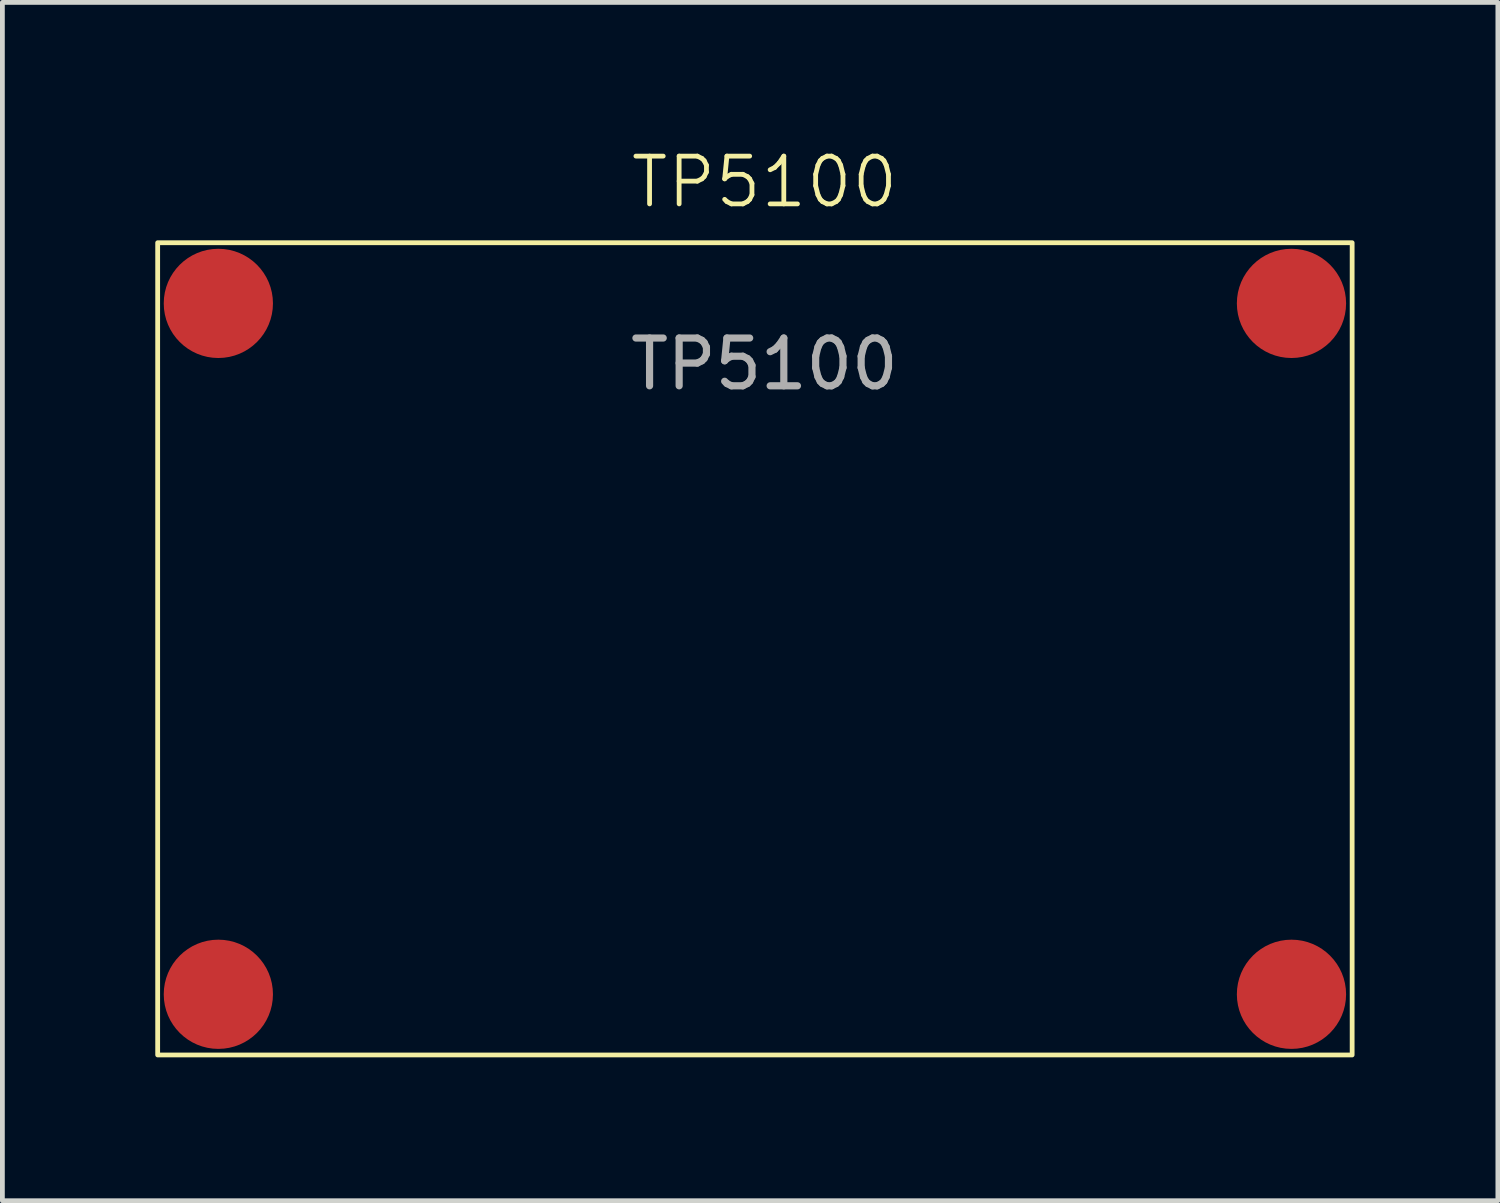
<source format=kicad_pcb>
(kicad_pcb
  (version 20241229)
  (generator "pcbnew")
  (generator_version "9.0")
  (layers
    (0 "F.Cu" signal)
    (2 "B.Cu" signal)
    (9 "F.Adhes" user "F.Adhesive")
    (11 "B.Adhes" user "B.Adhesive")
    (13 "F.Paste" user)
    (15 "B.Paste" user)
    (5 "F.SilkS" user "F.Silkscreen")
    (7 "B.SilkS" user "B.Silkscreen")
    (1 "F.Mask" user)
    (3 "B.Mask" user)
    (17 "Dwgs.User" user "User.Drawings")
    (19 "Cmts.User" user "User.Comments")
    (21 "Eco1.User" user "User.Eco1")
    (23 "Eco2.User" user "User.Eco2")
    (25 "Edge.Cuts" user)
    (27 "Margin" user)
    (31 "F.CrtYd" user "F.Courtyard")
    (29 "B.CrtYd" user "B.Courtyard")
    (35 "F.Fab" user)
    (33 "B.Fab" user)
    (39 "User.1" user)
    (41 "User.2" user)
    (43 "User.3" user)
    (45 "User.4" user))
  (footprint "TP5100"
    (layer "F.Cu")
    (at 0.25 2.03)
    (property "Reference" "TP5100" (at 12.7 -1.27 0) (unlocked yes) (layer "F.SilkS") (effects (font (size 1 1) (thickness 0.1))))
    (attr smd)
    (fp_rect (start 0 0) (end 25 17) (stroke (width 0.1) (type default)) (fill no) (layer "F.SilkS"))
    (fp_text user "${REFERENCE}" (at 12.7 2.54 0) (unlocked yes) (layer "F.Fab") (effects (font (size 1 1) (thickness 0.15))))
    (pad "1" smd circle (at 23.73 1.27) (size 2.286 2.286) (layers "F.Cu" "F.Mask" "F.Paste"))
    (pad "2" smd circle (at 23.73 15.73) (size 2.286 2.286) (layers "F.Cu" "F.Mask" "F.Paste"))
    (pad "3" smd circle (at 1.27 1.27) (size 2.286 2.286) (layers "F.Cu" "F.Mask" "F.Paste"))
    (pad "4" smd circle (at 1.27 15.73) (size 2.286 2.286) (layers "F.Cu" "F.Mask" "F.Paste")))
  (gr_rect
    (start -3 -3)
    (end 28.3 22.081)
    (stroke (width 0.1) (type default))
    (fill no)
    (layer "Edge.Cuts")))
</source>
